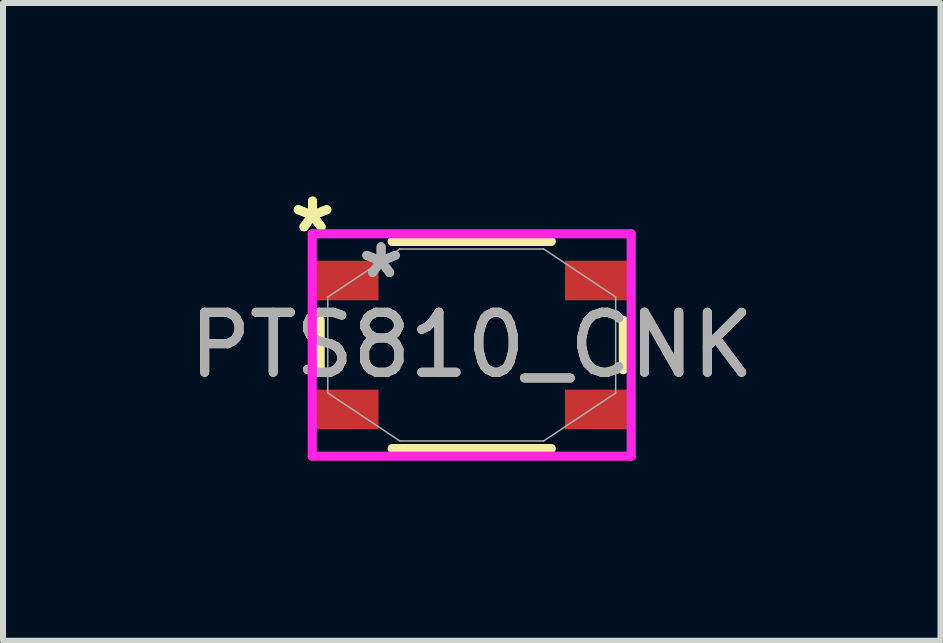
<source format=kicad_pcb>
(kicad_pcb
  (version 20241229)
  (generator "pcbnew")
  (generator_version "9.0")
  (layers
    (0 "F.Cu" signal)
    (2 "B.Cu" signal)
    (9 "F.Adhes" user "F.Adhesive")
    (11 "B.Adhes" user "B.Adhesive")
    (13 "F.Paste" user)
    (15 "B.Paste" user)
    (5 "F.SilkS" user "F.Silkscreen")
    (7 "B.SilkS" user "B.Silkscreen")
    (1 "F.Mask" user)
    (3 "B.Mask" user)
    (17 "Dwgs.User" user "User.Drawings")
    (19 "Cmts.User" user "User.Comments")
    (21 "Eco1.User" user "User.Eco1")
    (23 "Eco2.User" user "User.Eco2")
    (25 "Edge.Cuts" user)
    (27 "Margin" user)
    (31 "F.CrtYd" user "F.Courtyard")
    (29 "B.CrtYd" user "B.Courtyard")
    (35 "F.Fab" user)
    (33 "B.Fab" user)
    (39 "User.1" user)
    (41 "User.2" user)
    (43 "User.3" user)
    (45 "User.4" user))
  (footprint "PTS810_CNK"
    (layer "F.Cu")
    (at 4.815 2.702)
    (property "Reference" "PTS810_CNK" (at 0 0 0) (unlocked yes) (layer "F.SilkS") (effects (font (size 1 1) (thickness 0.15))))
    (attr smd)
    (fp_line (start -2.527 -0.412) (end -2.527 0.412) (stroke (width 0.152) (type solid)) (layer "F.SilkS"))
    (fp_line (start -1.327 1.727) (end 1.327 1.727) (stroke (width 0.152) (type solid)) (layer "F.SilkS"))
    (fp_line (start 1.327 -1.727) (end -1.327 -1.727) (stroke (width 0.152) (type solid)) (layer "F.SilkS"))
    (fp_line (start 2.527 0.412) (end 2.527 -0.412) (stroke (width 0.152) (type solid)) (layer "F.SilkS"))
    (fp_line (start -2.659 -1.854) (end 2.659 -1.854) (stroke (width 0.152) (type solid)) (layer "F.CrtYd"))
    (fp_line (start -2.659 1.854) (end -2.659 -1.854) (stroke (width 0.152) (type solid)) (layer "F.CrtYd"))
    (fp_line (start 2.659 -1.854) (end 2.659 1.854) (stroke (width 0.152) (type solid)) (layer "F.CrtYd"))
    (fp_line (start 2.659 1.854) (end -2.659 1.854) (stroke (width 0.152) (type solid)) (layer "F.CrtYd"))
    (fp_line (start -2.4 -0.8) (end -2.4 0.8) (stroke (width 0.025) (type solid)) (layer "F.Fab"))
    (fp_line (start -2.4 0.8) (end -1.2 1.6) (stroke (width 0.025) (type solid)) (layer "F.Fab"))
    (fp_line (start -1.2 -1.6) (end -2.4 -0.8) (stroke (width 0.025) (type solid)) (layer "F.Fab"))
    (fp_line (start -1.2 1.6) (end 1.2 1.6) (stroke (width 0.025) (type solid)) (layer "F.Fab"))
    (fp_line (start 1.2 -1.6) (end -1.2 -1.6) (stroke (width 0.025) (type solid)) (layer "F.Fab"))
    (fp_line (start 1.2 1.6) (end 2.4 0.8) (stroke (width 0.025) (type solid)) (layer "F.Fab"))
    (fp_line (start 2.4 -0.8) (end 1.2 -1.6) (stroke (width 0.025) (type solid)) (layer "F.Fab"))
    (fp_line (start 2.4 0.8) (end 2.4 -0.8) (stroke (width 0.025) (type solid)) (layer "F.Fab"))
    (fp_text user "*" (at -2.654 -1.854 0) (unlocked yes) (layer "F.SilkS") (effects (font (size 1 1) (thickness 0.15))))
    (fp_text user "*" (at -2.654 -1.854 0) (layer "F.SilkS") (effects (font (size 1 1) (thickness 0.15))))
    (fp_text user "${REFERENCE}" (at 0 0 0) (unlocked yes) (layer "F.Fab") (effects (font (size 1 1) (thickness 0.15))))
    (fp_text user "*" (at -1.511 -1.092 0) (unlocked yes) (layer "F.Fab") (effects (font (size 1 1) (thickness 0.15))))
    (fp_text user "*" (at -1.511 -1.092 0) (layer "F.Fab") (effects (font (size 1 1) (thickness 0.15))))
    (pad "1" smd rect (at -2.075 -1.075) (size 1.041 0.66) (layers "F.Cu" "F.Mask" "F.Paste"))
    (pad "2" smd rect (at 2.075 -1.075) (size 1.041 0.66) (layers "F.Cu" "F.Mask" "F.Paste"))
    (pad "3" smd rect (at -2.075 1.075) (size 1.041 0.66) (layers "F.Cu" "F.Mask" "F.Paste"))
    (pad "4" smd rect (at 2.075 1.075) (size 1.041 0.66) (layers "F.Cu" "F.Mask" "F.Paste")))
  (gr_rect
    (start -3 -3)
    (end 12.631 7.633)
    (stroke (width 0.1) (type default))
    (fill no)
    (layer "Edge.Cuts")))
</source>
